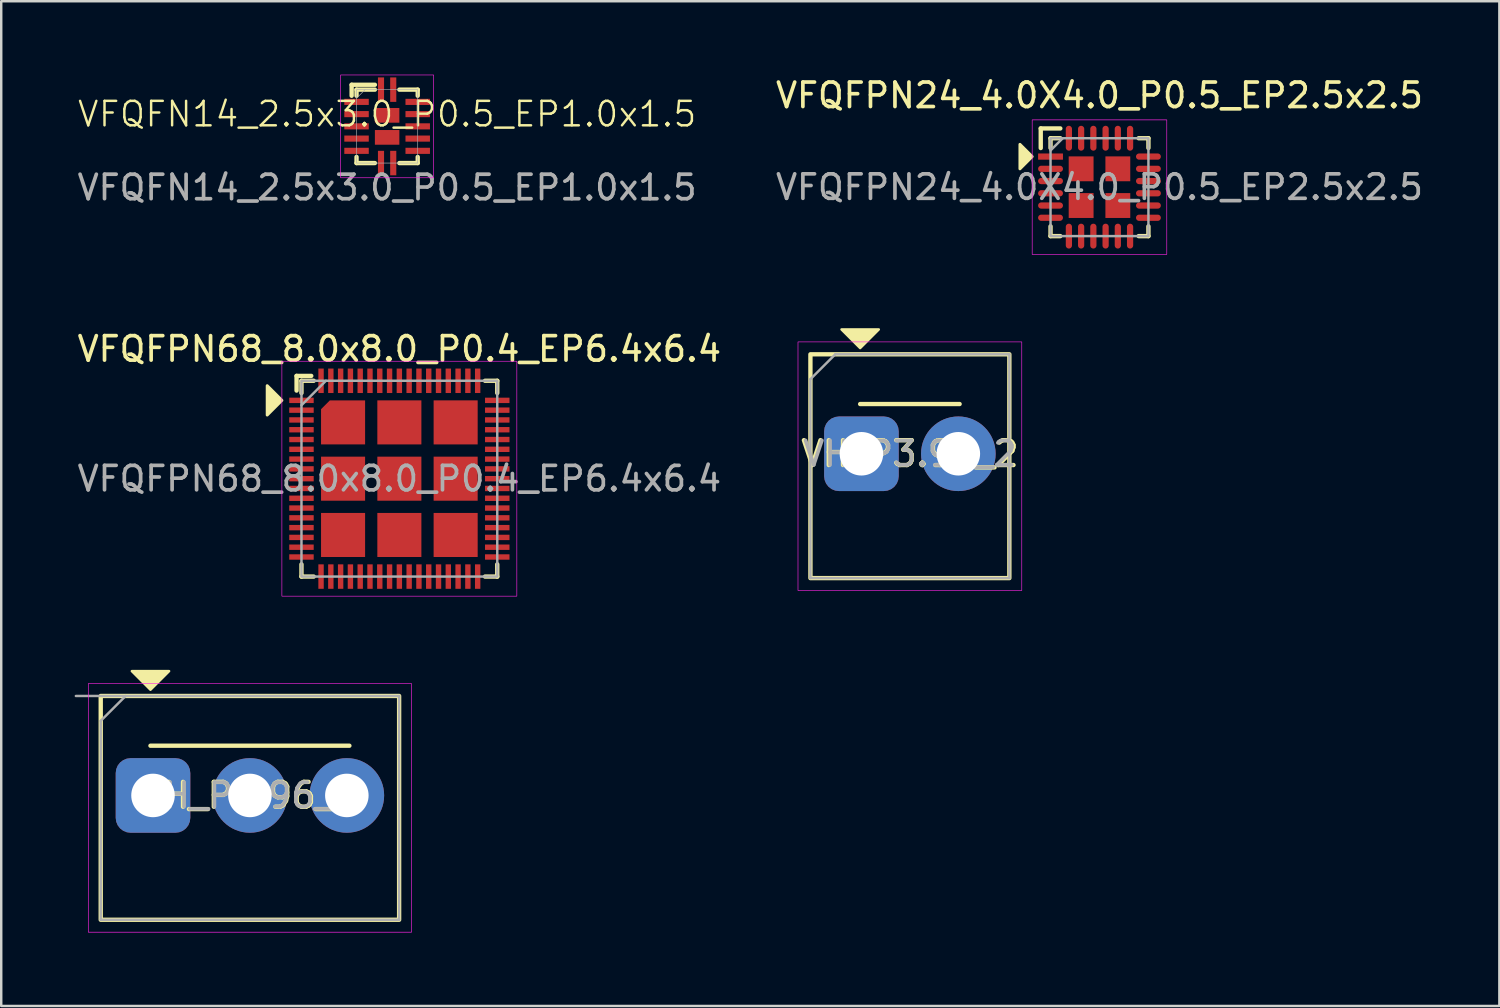
<source format=kicad_pcb>
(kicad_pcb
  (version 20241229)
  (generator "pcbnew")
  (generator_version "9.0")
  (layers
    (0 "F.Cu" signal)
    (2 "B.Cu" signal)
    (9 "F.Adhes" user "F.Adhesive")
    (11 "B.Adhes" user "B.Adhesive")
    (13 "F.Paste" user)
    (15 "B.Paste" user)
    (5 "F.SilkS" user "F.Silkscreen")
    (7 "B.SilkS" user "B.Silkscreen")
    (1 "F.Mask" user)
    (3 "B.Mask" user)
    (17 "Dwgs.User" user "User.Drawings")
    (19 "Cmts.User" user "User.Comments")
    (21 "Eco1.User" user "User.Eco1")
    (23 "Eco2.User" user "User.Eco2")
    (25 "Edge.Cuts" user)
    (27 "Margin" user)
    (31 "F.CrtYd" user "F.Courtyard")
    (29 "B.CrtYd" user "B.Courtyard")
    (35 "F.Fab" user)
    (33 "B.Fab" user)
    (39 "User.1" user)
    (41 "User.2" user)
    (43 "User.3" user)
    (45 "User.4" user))
  (footprint "VFQFN14_2.5x3.0_P0.5_EP1.0x1.5"
    (layer "F.Cu")
    (at 12.768 2.113)
    (property "Reference" "VFQFN14_2.5x3.0_P0.5_EP1.0x1.5" (at 0 -0.5 0) (unlocked yes) (layer "F.SilkS") (effects (font (size 1 1) (thickness 0.1))))
    (attr smd)
    (fp_line (start -1.45 -1.7) (end -0.5 -1.7) (stroke (width 0.178) (type default)) (layer "F.SilkS"))
    (fp_line (start -1.45 -1.25) (end -1.45 -1.7) (stroke (width 0.178) (type default)) (layer "F.SilkS"))
    (fp_line (start -1.25 -1.5) (end -1.25 -1.25) (stroke (width 0.178) (type default)) (layer "F.SilkS"))
    (fp_line (start -1.25 1.25) (end -1.25 1.5) (stroke (width 0.178) (type default)) (layer "F.SilkS"))
    (fp_line (start -1.25 1.5) (end -0.5 1.5) (stroke (width 0.178) (type default)) (layer "F.SilkS"))
    (fp_line (start -0.5 -1.5) (end -1.25 -1.5) (stroke (width 0.178) (type default)) (layer "F.SilkS"))
    (fp_line (start 0.5 1.5) (end 1.25 1.5) (stroke (width 0.178) (type default)) (layer "F.SilkS"))
    (fp_line (start 1.25 -1.5) (end 0.5 -1.5) (stroke (width 0.178) (type default)) (layer "F.SilkS"))
    (fp_line (start 1.25 -1.25) (end 1.25 -1.5) (stroke (width 0.178) (type default)) (layer "F.SilkS"))
    (fp_line (start 1.25 1.5) (end 1.25 1.25) (stroke (width 0.178) (type default)) (layer "F.SilkS"))
    (fp_rect (start -1.9 2.1) (end 1.9 -2.1) (stroke (width 0.025) (type default)) (fill no) (layer "F.CrtYd"))
    (fp_line (start -1.25 -1.15) (end -0.9 -1.5) (stroke (width 0.025) (type default)) (layer "F.Fab"))
    (fp_rect (start -1.25 1.5) (end 1.25 -1.5) (stroke (width 0.025) (type default)) (fill no) (layer "F.Fab"))
    (fp_text user "${REFERENCE}" (at 0 2.5 0) (unlocked yes) (layer "F.Fab") (effects (font (size 1 1) (thickness 0.15))))
    (pad "1" smd rect (at -0.25 -1.5) (size 0.25 1) (layers "F.Cu" "F.Mask" "F.Paste"))
    (pad "2" smd rect (at -1.25 -1) (size 1 0.25) (layers "F.Cu" "F.Mask" "F.Paste"))
    (pad "3" smd rect (at -1.25 -0.5) (size 1 0.25) (layers "F.Cu" "F.Mask" "F.Paste"))
    (pad "4" smd rect (at -1.25 0) (size 1 0.25) (layers "F.Cu" "F.Mask" "F.Paste"))
    (pad "5" smd rect (at -1.25 0.5) (size 1 0.25) (layers "F.Cu" "F.Mask" "F.Paste"))
    (pad "6" smd rect (at -1.25 1) (size 1 0.25) (layers "F.Cu" "F.Mask" "F.Paste"))
    (pad "7" smd rect (at -0.25 1.5) (size 0.25 1) (layers "F.Cu" "F.Mask" "F.Paste"))
    (pad "8" smd rect (at 0.25 1.5) (size 0.25 1) (layers "F.Cu" "F.Mask" "F.Paste"))
    (pad "9" smd rect (at 1.25 1) (size 1 0.25) (layers "F.Cu" "F.Mask" "F.Paste"))
    (pad "10" smd rect (at 1.25 0.5) (size 1 0.25) (layers "F.Cu" "F.Mask" "F.Paste"))
    (pad "11" smd rect (at 1.25 0) (size 1 0.25) (layers "F.Cu" "F.Mask" "F.Paste"))
    (pad "12" smd rect (at 1.25 -0.5) (size 1 0.25) (layers "F.Cu" "F.Mask" "F.Paste"))
    (pad "13" smd rect (at 1.25 -1) (size 1 0.25) (layers "F.Cu" "F.Mask" "F.Paste"))
    (pad "14" smd rect (at 0.25 -1.5) (size 0.25 1) (layers "F.Cu" "F.Mask" "F.Paste"))
    (pad "15" smd rect (at 0 -0.45) (size 1 0.6) (layers "F.Cu" "F.Mask" "F.Paste"))
    (pad "15" smd rect (at 0 0.45) (size 1 0.6) (layers "F.Cu" "F.Mask" "F.Paste")))
  (footprint "VH_P3.96_2"
    (layer "F.Cu")
    (at 34.128 15.491)
    (property "Reference" "VH_P3.96_2" (at 0 0 0) (layer "F.SilkS") (effects (font (size 1.016 1.016) (thickness 0.178))))
    (attr through_hole)
    (fp_line (start -2.032 -2.032) (end 2.032 -2.032) (stroke (width 0.178) (type solid)) (layer "F.SilkS"))
    (fp_rect (start -4.064 -4.064) (end 4.064 5.08) (stroke (width 0.178) (type solid)) (fill no) (layer "F.SilkS"))
    (fp_poly (pts (xy -2.032 -4.318) (xy -2.794 -5.08) (xy -1.27 -5.08)) (stroke (width 0.1) (type solid)) (fill yes) (layer "F.SilkS"))
    (fp_rect (start -4.572 5.588) (end 4.572 -4.572) (stroke (width 0.025) (type solid)) (fill no) (layer "F.CrtYd"))
    (fp_line (start -4.064 -3.048) (end -3.048 -4.064) (stroke (width 0.1) (type solid)) (layer "F.Fab"))
    (fp_line (start -4.064 5.08) (end -4.064 -3.048) (stroke (width 0.1) (type solid)) (layer "F.Fab"))
    (fp_line (start -3.048 -4.064) (end 4.064 -4.064) (stroke (width 0.1) (type solid)) (layer "F.Fab"))
    (fp_line (start 4.064 -4.064) (end 4.064 5.08) (stroke (width 0.1) (type solid)) (layer "F.Fab"))
    (fp_line (start 4.064 5.08) (end -4.064 5.08) (stroke (width 0.1) (type solid)) (layer "F.Fab"))
    (fp_text user "${REFERENCE}" (at 0 0 0) (layer "F.Fab") (effects (font (size 1 1) (thickness 0.15))))
    (pad "1" thru_hole roundrect (at -1.98 0) (size 3.048 3.048) (drill 1.778) (layers "*.Cu" "*.Mask") (roundrect_rratio 0.2))
    (pad "2" thru_hole circle (at 1.98 0) (size 3.048 3.048) (drill 1.778) (layers "*.Cu" "*.Mask")))
  (footprint "VFQFPN68_8.0x8.0_P0.4_EP6.4x6.4"
    (layer "F.Cu")
    (at 13.268 16.509)
    (property "Reference" "VFQFPN68_8.0x8.0_P0.4_EP6.4x6.4" (at 0 -5.3 0) (unlocked yes) (layer "F.SilkS") (effects (font (size 1 1) (thickness 0.15))))
    (attr smd)
    (fp_line (start -4.2 -4.2) (end -3.6 -4.2) (stroke (width 0.178) (type solid)) (layer "F.SilkS"))
    (fp_line (start -4.2 -3.6) (end -4.2 -4.2) (stroke (width 0.178) (type solid)) (layer "F.SilkS"))
    (fp_line (start -4 -4) (end -3.5 -4) (stroke (width 0.178) (type solid)) (layer "F.SilkS"))
    (fp_line (start -4 -3.5) (end -4 -4) (stroke (width 0.178) (type solid)) (layer "F.SilkS"))
    (fp_line (start -4 3.5) (end -4 4) (stroke (width 0.178) (type solid)) (layer "F.SilkS"))
    (fp_line (start -4 4) (end -3.5 4) (stroke (width 0.178) (type solid)) (layer "F.SilkS"))
    (fp_line (start 3.5 4) (end 4 4) (stroke (width 0.178) (type solid)) (layer "F.SilkS"))
    (fp_line (start 4 -4) (end 3.5 -4) (stroke (width 0.178) (type solid)) (layer "F.SilkS"))
    (fp_line (start 4 -3.5) (end 4 -4) (stroke (width 0.178) (type solid)) (layer "F.SilkS"))
    (fp_line (start 4 4) (end 4 3.5) (stroke (width 0.178) (type solid)) (layer "F.SilkS"))
    (fp_poly (pts (xy -4.8 -3.2) (xy -5.4 -2.6) (xy -5.4 -3.8)) (stroke (width 0.12) (type solid)) (fill yes) (layer "F.SilkS"))
    (fp_rect (start -4.8 4.8) (end 4.8 -4.8) (stroke (width 0.025) (type solid)) (fill no) (layer "F.CrtYd"))
    (fp_line (start -4 -3) (end -3 -4) (stroke (width 0.1) (type solid)) (layer "F.Fab"))
    (fp_rect (start -4 -4) (end 4 4) (stroke (width 0.1) (type solid)) (fill no) (layer "F.Fab"))
    (fp_text user "${REFERENCE}" (at 0 0 0) (unlocked yes) (layer "F.Fab") (effects (font (size 1 1) (thickness 0.15))))
    (pad "1" smd rect (at -4 -3.2) (size 1 0.22) (layers "F.Cu" "F.Mask" "F.Paste"))
    (pad "2" smd rect (at -4 -2.8) (size 1 0.22) (layers "F.Cu" "F.Mask" "F.Paste"))
    (pad "3" smd rect (at -4 -2.4) (size 1 0.22) (layers "F.Cu" "F.Mask" "F.Paste"))
    (pad "4" smd rect (at -4 -2) (size 1 0.22) (layers "F.Cu" "F.Mask" "F.Paste"))
    (pad "5" smd rect (at -4 -1.6) (size 1 0.22) (layers "F.Cu" "F.Mask" "F.Paste"))
    (pad "6" smd rect (at -4 -1.2) (size 1 0.22) (layers "F.Cu" "F.Mask" "F.Paste"))
    (pad "7" smd rect (at -4 -0.8) (size 1 0.22) (layers "F.Cu" "F.Mask" "F.Paste"))
    (pad "8" smd rect (at -4 -0.4) (size 1 0.22) (layers "F.Cu" "F.Mask" "F.Paste"))
    (pad "9" smd rect (at -4 0) (size 1 0.22) (layers "F.Cu" "F.Mask" "F.Paste"))
    (pad "10" smd rect (at -4 0.4) (size 1 0.22) (layers "F.Cu" "F.Mask" "F.Paste"))
    (pad "11" smd rect (at -4 0.8) (size 1 0.22) (layers "F.Cu" "F.Mask" "F.Paste"))
    (pad "12" smd rect (at -4 1.2) (size 1 0.22) (layers "F.Cu" "F.Mask" "F.Paste"))
    (pad "13" smd rect (at -4 1.6) (size 1 0.22) (layers "F.Cu" "F.Mask" "F.Paste"))
    (pad "14" smd rect (at -4 2) (size 1 0.22) (layers "F.Cu" "F.Mask" "F.Paste"))
    (pad "15" smd rect (at -4 2.4) (size 1 0.22) (layers "F.Cu" "F.Mask" "F.Paste"))
    (pad "16" smd rect (at -4 2.8) (size 1 0.22) (layers "F.Cu" "F.Mask" "F.Paste"))
    (pad "17" smd rect (at -4 3.2) (size 1 0.22) (layers "F.Cu" "F.Mask" "F.Paste"))
    (pad "18" smd rect (at -3.2 4) (size 0.22 1) (layers "F.Cu" "F.Mask" "F.Paste"))
    (pad "19" smd rect (at -2.8 4) (size 0.22 1) (layers "F.Cu" "F.Mask" "F.Paste"))
    (pad "20" smd rect (at -2.4 4) (size 0.22 1) (layers "F.Cu" "F.Mask" "F.Paste"))
    (pad "21" smd rect (at -2 4) (size 0.22 1) (layers "F.Cu" "F.Mask" "F.Paste"))
    (pad "22" smd rect (at -1.6 4) (size 0.22 1) (layers "F.Cu" "F.Mask" "F.Paste"))
    (pad "23" smd rect (at -1.2 4) (size 0.22 1) (layers "F.Cu" "F.Mask" "F.Paste"))
    (pad "24" smd rect (at -0.8 4) (size 0.22 1) (layers "F.Cu" "F.Mask" "F.Paste"))
    (pad "25" smd rect (at -0.4 4) (size 0.22 1) (layers "F.Cu" "F.Mask" "F.Paste"))
    (pad "26" smd rect (at 0 4) (size 0.22 1) (layers "F.Cu" "F.Mask" "F.Paste"))
    (pad "27" smd rect (at 0.4 4) (size 0.22 1) (layers "F.Cu" "F.Mask" "F.Paste"))
    (pad "28" smd rect (at 0.8 4) (size 0.22 1) (layers "F.Cu" "F.Mask" "F.Paste"))
    (pad "29" smd rect (at 1.2 4) (size 0.22 1) (layers "F.Cu" "F.Mask" "F.Paste"))
    (pad "30" smd rect (at 1.6 4) (size 0.22 1) (layers "F.Cu" "F.Mask" "F.Paste"))
    (pad "31" smd rect (at 2 4) (size 0.22 1) (layers "F.Cu" "F.Mask" "F.Paste"))
    (pad "32" smd rect (at 2.4 4) (size 0.22 1) (layers "F.Cu" "F.Mask" "F.Paste"))
    (pad "33" smd rect (at 2.8 4) (size 0.22 1) (layers "F.Cu" "F.Mask" "F.Paste"))
    (pad "34" smd rect (at 3.2 4) (size 0.22 1) (layers "F.Cu" "F.Mask" "F.Paste"))
    (pad "35" smd rect (at 4 3.2) (size 1 0.22) (layers "F.Cu" "F.Mask" "F.Paste"))
    (pad "36" smd rect (at 4 2.8) (size 1 0.22) (layers "F.Cu" "F.Mask" "F.Paste"))
    (pad "37" smd rect (at 4 2.4) (size 1 0.22) (layers "F.Cu" "F.Mask" "F.Paste"))
    (pad "38" smd rect (at 4 2) (size 1 0.22) (layers "F.Cu" "F.Mask" "F.Paste"))
    (pad "39" smd rect (at 4 1.6) (size 1 0.22) (layers "F.Cu" "F.Mask" "F.Paste"))
    (pad "40" smd rect (at 4 1.2) (size 1 0.22) (layers "F.Cu" "F.Mask" "F.Paste"))
    (pad "41" smd rect (at 4 0.8) (size 1 0.22) (layers "F.Cu" "F.Mask" "F.Paste"))
    (pad "42" smd rect (at 4 0.4) (size 1 0.22) (layers "F.Cu" "F.Mask" "F.Paste"))
    (pad "43" smd rect (at 4 0) (size 1 0.22) (layers "F.Cu" "F.Mask" "F.Paste"))
    (pad "44" smd rect (at 4 -0.4) (size 1 0.22) (layers "F.Cu" "F.Mask" "F.Paste"))
    (pad "45" smd rect (at 4 -0.8) (size 1 0.22) (layers "F.Cu" "F.Mask" "F.Paste"))
    (pad "46" smd rect (at 4 -1.2) (size 1 0.22) (layers "F.Cu" "F.Mask" "F.Paste"))
    (pad "47" smd rect (at 4 -1.6) (size 1 0.22) (layers "F.Cu" "F.Mask" "F.Paste"))
    (pad "48" smd rect (at 4 -2) (size 1 0.22) (layers "F.Cu" "F.Mask" "F.Paste"))
    (pad "49" smd rect (at 4 -2.4) (size 1 0.22) (layers "F.Cu" "F.Mask" "F.Paste"))
    (pad "50" smd rect (at 4 -2.8) (size 1 0.22) (layers "F.Cu" "F.Mask" "F.Paste"))
    (pad "51" smd rect (at 4 -3.2) (size 1 0.22) (layers "F.Cu" "F.Mask" "F.Paste"))
    (pad "52" smd rect (at 3.2 -4) (size 0.22 1) (layers "F.Cu" "F.Mask" "F.Paste"))
    (pad "53" smd rect (at 2.8 -4) (size 0.22 1) (layers "F.Cu" "F.Mask" "F.Paste"))
    (pad "54" smd rect (at 2.4 -4) (size 0.22 1) (layers "F.Cu" "F.Mask" "F.Paste"))
    (pad "55" smd rect (at 2 -4) (size 0.22 1) (layers "F.Cu" "F.Mask" "F.Paste"))
    (pad "56" smd rect (at 1.6 -4) (size 0.22 1) (layers "F.Cu" "F.Mask" "F.Paste"))
    (pad "57" smd rect (at 1.2 -4) (size 0.22 1) (layers "F.Cu" "F.Mask" "F.Paste"))
    (pad "58" smd rect (at 0.8 -4) (size 0.22 1) (layers "F.Cu" "F.Mask" "F.Paste"))
    (pad "59" smd rect (at 0.4 -4) (size 0.22 1) (layers "F.Cu" "F.Mask" "F.Paste"))
    (pad "60" smd rect (at 0 -4) (size 0.22 1) (layers "F.Cu" "F.Mask" "F.Paste"))
    (pad "61" smd rect (at -0.4 -4) (size 0.22 1) (layers "F.Cu" "F.Mask" "F.Paste"))
    (pad "62" smd rect (at -0.8 -4) (size 0.22 1) (layers "F.Cu" "F.Mask" "F.Paste"))
    (pad "63" smd rect (at -1.2 -4) (size 0.22 1) (layers "F.Cu" "F.Mask" "F.Paste"))
    (pad "64" smd rect (at -1.6 -4) (size 0.22 1) (layers "F.Cu" "F.Mask" "F.Paste"))
    (pad "65" smd rect (at -2 -4) (size 0.22 1) (layers "F.Cu" "F.Mask" "F.Paste"))
    (pad "66" smd rect (at -2.4 -4) (size 0.22 1) (layers "F.Cu" "F.Mask" "F.Paste"))
    (pad "67" smd rect (at -2.8 -4) (size 0.22 1) (layers "F.Cu" "F.Mask" "F.Paste"))
    (pad "68" smd rect (at -3.2 -4) (size 0.22 1) (layers "F.Cu" "F.Mask" "F.Paste"))
    (pad "69" smd roundrect (at -2.3 -2.3) (size 1.8 1.8) (layers "F.Cu" "F.Mask" "F.Paste") (roundrect_rratio 0) (chamfer_ratio 0.2) (chamfer top_left))
    (pad "69" smd rect (at -2.3 0) (size 1.8 1.8) (layers "F.Cu" "F.Mask" "F.Paste"))
    (pad "69" smd rect (at -2.3 2.3) (size 1.8 1.8) (layers "F.Cu" "F.Mask" "F.Paste"))
    (pad "69" smd rect (at 0 -2.3) (size 1.8 1.8) (layers "F.Cu" "F.Mask" "F.Paste"))
    (pad "69" smd rect (at 0 0) (size 1.8 1.8) (layers "F.Cu" "F.Mask" "F.Paste"))
    (pad "69" smd rect (at 0 2.3) (size 1.8 1.8) (layers "F.Cu" "F.Mask" "F.Paste"))
    (pad "69" smd rect (at 2.3 -2.3) (size 1.8 1.8) (layers "F.Cu" "F.Mask" "F.Paste"))
    (pad "69" smd rect (at 2.3 0) (size 1.8 1.8) (layers "F.Cu" "F.Mask" "F.Paste"))
    (pad "69" smd rect (at 2.3 2.3) (size 1.8 1.8) (layers "F.Cu" "F.Mask" "F.Paste")))
  (footprint "VFQFPN24_4.0X4.0_P0.5_EP2.5x2.5"
    (layer "F.Cu")
    (at 41.875 4.598)
    (property "Reference" "VFQFPN24_4.0X4.0_P0.5_EP2.5x2.5" (at 0 -3.75 0) (unlocked yes) (layer "F.SilkS") (effects (font (size 1 1) (thickness 0.15))))
    (attr smd)
    (fp_line (start -2.4 -2.4) (end -1.6 -2.4) (stroke (width 0.178) (type solid)) (layer "F.SilkS"))
    (fp_line (start -2.4 -1.6) (end -2.4 -2.4) (stroke (width 0.178) (type solid)) (layer "F.SilkS"))
    (fp_line (start -2 -2) (end -1.6 -2) (stroke (width 0.178) (type solid)) (layer "F.SilkS"))
    (fp_line (start -2 -1.6) (end -2 -2) (stroke (width 0.178) (type solid)) (layer "F.SilkS"))
    (fp_line (start -2 1.6) (end -2 2) (stroke (width 0.178) (type solid)) (layer "F.SilkS"))
    (fp_line (start -2 2) (end -1.6 2) (stroke (width 0.178) (type solid)) (layer "F.SilkS"))
    (fp_line (start 1.6 -2) (end 2 -2) (stroke (width 0.178) (type solid)) (layer "F.SilkS"))
    (fp_line (start 2 -2) (end 2 -1.6) (stroke (width 0.178) (type solid)) (layer "F.SilkS"))
    (fp_line (start 2 1.6) (end 2 2) (stroke (width 0.178) (type solid)) (layer "F.SilkS"))
    (fp_line (start 2 2) (end 1.6 2) (stroke (width 0.178) (type solid)) (layer "F.SilkS"))
    (fp_poly (pts (xy -2.75 -1.25) (xy -3.25 -0.75) (xy -3.25 -1.75)) (stroke (width 0.12) (type solid)) (fill yes) (layer "F.SilkS"))
    (fp_rect (start -2.75 -2.75) (end 2.75 2.75) (stroke (width 0.025) (type solid)) (fill no) (layer "F.CrtYd"))
    (fp_line (start -2 -1.5) (end -1.5 -2) (stroke (width 0.1) (type solid)) (layer "F.Fab"))
    (fp_rect (start -2 -2) (end 2 2) (stroke (width 0.1) (type solid)) (fill no) (layer "F.Fab"))
    (fp_text user "${REFERENCE}" (at 0 0 0) (unlocked yes) (layer "F.Fab") (effects (font (size 1 1) (thickness 0.15))))
    (pad "1" smd rect (at -2 -1.25) (size 1.016 0.254) (layers "F.Cu" "F.Mask" "F.Paste"))
    (pad "2" smd oval (at -2 -0.75) (size 1.016 0.254) (layers "F.Cu" "F.Mask" "F.Paste"))
    (pad "3" smd oval (at -2 -0.25) (size 1.016 0.254) (layers "F.Cu" "F.Mask" "F.Paste"))
    (pad "4" smd oval (at -2 0.25) (size 1.016 0.254) (layers "F.Cu" "F.Mask" "F.Paste"))
    (pad "5" smd oval (at -2 0.75) (size 1.016 0.254) (layers "F.Cu" "F.Mask" "F.Paste"))
    (pad "6" smd oval (at -2 1.25) (size 1.016 0.254) (layers "F.Cu" "F.Mask" "F.Paste"))
    (pad "7" smd oval (at -1.25 2) (size 0.254 1.016) (layers "F.Cu" "F.Mask" "F.Paste"))
    (pad "8" smd oval (at -0.75 2) (size 0.254 1.016) (layers "F.Cu" "F.Mask" "F.Paste"))
    (pad "9" smd oval (at -0.25 2) (size 0.254 1.016) (layers "F.Cu" "F.Mask" "F.Paste"))
    (pad "10" smd oval (at 0.25 2) (size 0.254 1.016) (layers "F.Cu" "F.Mask" "F.Paste"))
    (pad "11" smd oval (at 0.75 2) (size 0.254 1.016) (layers "F.Cu" "F.Mask" "F.Paste"))
    (pad "12" smd oval (at 1.25 2) (size 0.254 1.016) (layers "F.Cu" "F.Mask" "F.Paste"))
    (pad "13" smd oval (at 2 1.25) (size 1.016 0.254) (layers "F.Cu" "F.Mask" "F.Paste"))
    (pad "14" smd oval (at 2 0.75) (size 1.016 0.254) (layers "F.Cu" "F.Mask" "F.Paste"))
    (pad "15" smd oval (at 2 0.25) (size 1.016 0.254) (layers "F.Cu" "F.Mask" "F.Paste"))
    (pad "16" smd oval (at 2 -0.25) (size 1.016 0.254) (layers "F.Cu" "F.Mask" "F.Paste"))
    (pad "17" smd oval (at 2 -0.75) (size 1.016 0.254) (layers "F.Cu" "F.Mask" "F.Paste"))
    (pad "18" smd oval (at 2 -1.25) (size 1.016 0.254) (layers "F.Cu" "F.Mask" "F.Paste"))
    (pad "19" smd oval (at 1.25 -2) (size 0.254 1.016) (layers "F.Cu" "F.Mask" "F.Paste"))
    (pad "20" smd oval (at 0.75 -2) (size 0.254 1.016) (layers "F.Cu" "F.Mask" "F.Paste"))
    (pad "21" smd oval (at 0.25 -2) (size 0.254 1.016) (layers "F.Cu" "F.Mask" "F.Paste"))
    (pad "22" smd oval (at -0.25 -2) (size 0.254 1.016) (layers "F.Cu" "F.Mask" "F.Paste"))
    (pad "23" smd oval (at -0.75 -2) (size 0.254 1.016) (layers "F.Cu" "F.Mask" "F.Paste"))
    (pad "24" smd oval (at -1.25 -2) (size 0.254 1.016) (layers "F.Cu" "F.Mask" "F.Paste"))
    (pad "25" smd rect (at -0.75 -0.75) (size 1.016 1.016) (layers "F.Cu" "F.Mask" "F.Paste"))
    (pad "25" smd rect (at -0.75 0.75) (size 1.016 1.016) (layers "F.Cu" "F.Mask" "F.Paste"))
    (pad "25" smd rect (at 0.75 -0.75) (size 1.016 1.016) (layers "F.Cu" "F.Mask" "F.Paste"))
    (pad "25" smd rect (at 0.75 0.75) (size 1.016 1.016) (layers "F.Cu" "F.Mask" "F.Paste")))
  (footprint "VH_P3.96_3"
    (layer "F.Cu")
    (at 7.162 29.452)
    (property "Reference" "VH_P3.96_3" (at 0 0 0) (layer "F.SilkS") (effects (font (size 1.016 1.016) (thickness 0.178))))
    (attr through_hole)
    (fp_line (start -4.064 -2.032) (end 4.064 -2.032) (stroke (width 0.178) (type solid)) (layer "F.SilkS"))
    (fp_rect (start -6.096 -4.064) (end 6.096 5.08) (stroke (width 0.178) (type solid)) (fill no) (layer "F.SilkS"))
    (fp_poly (pts (xy -4.064 -4.318) (xy -4.826 -5.08) (xy -3.302 -5.08)) (stroke (width 0.1) (type solid)) (fill yes) (layer "F.SilkS"))
    (fp_rect (start -6.604 5.588) (end 6.604 -4.572) (stroke (width 0.025) (type solid)) (fill no) (layer "F.CrtYd"))
    (fp_line (start -7.112 -4.064) (end 6.096 -4.064) (stroke (width 0.1) (type solid)) (layer "F.Fab"))
    (fp_line (start -6.096 -3.048) (end -5.08 -4.064) (stroke (width 0.1) (type solid)) (layer "F.Fab"))
    (fp_line (start -6.096 5.08) (end -6.096 -3.048) (stroke (width 0.1) (type solid)) (layer "F.Fab"))
    (fp_line (start 6.096 -4.064) (end 6.096 5.08) (stroke (width 0.1) (type solid)) (layer "F.Fab"))
    (fp_line (start 6.096 5.08) (end -6.096 5.08) (stroke (width 0.1) (type solid)) (layer "F.Fab"))
    (fp_text user "${REFERENCE}" (at 0 0 0) (layer "F.Fab") (effects (font (size 1 1) (thickness 0.15))))
    (pad "1" thru_hole roundrect (at -3.96 0) (size 3.048 3.048) (drill 1.778) (layers "*.Cu" "*.Mask") (roundrect_rratio 0.2))
    (pad "2" thru_hole circle (at 0 0) (size 3.048 3.048) (drill 1.778) (layers "*.Cu" "*.Mask"))
    (pad "3" thru_hole circle (at 3.96 0) (size 3.048 3.048) (drill 1.778) (layers "*.Cu" "*.Mask")))
  (gr_rect
    (start -3 -3)
    (end 58.214 38.053)
    (stroke (width 0.1) (type default))
    (fill no)
    (layer "Edge.Cuts")))
</source>
